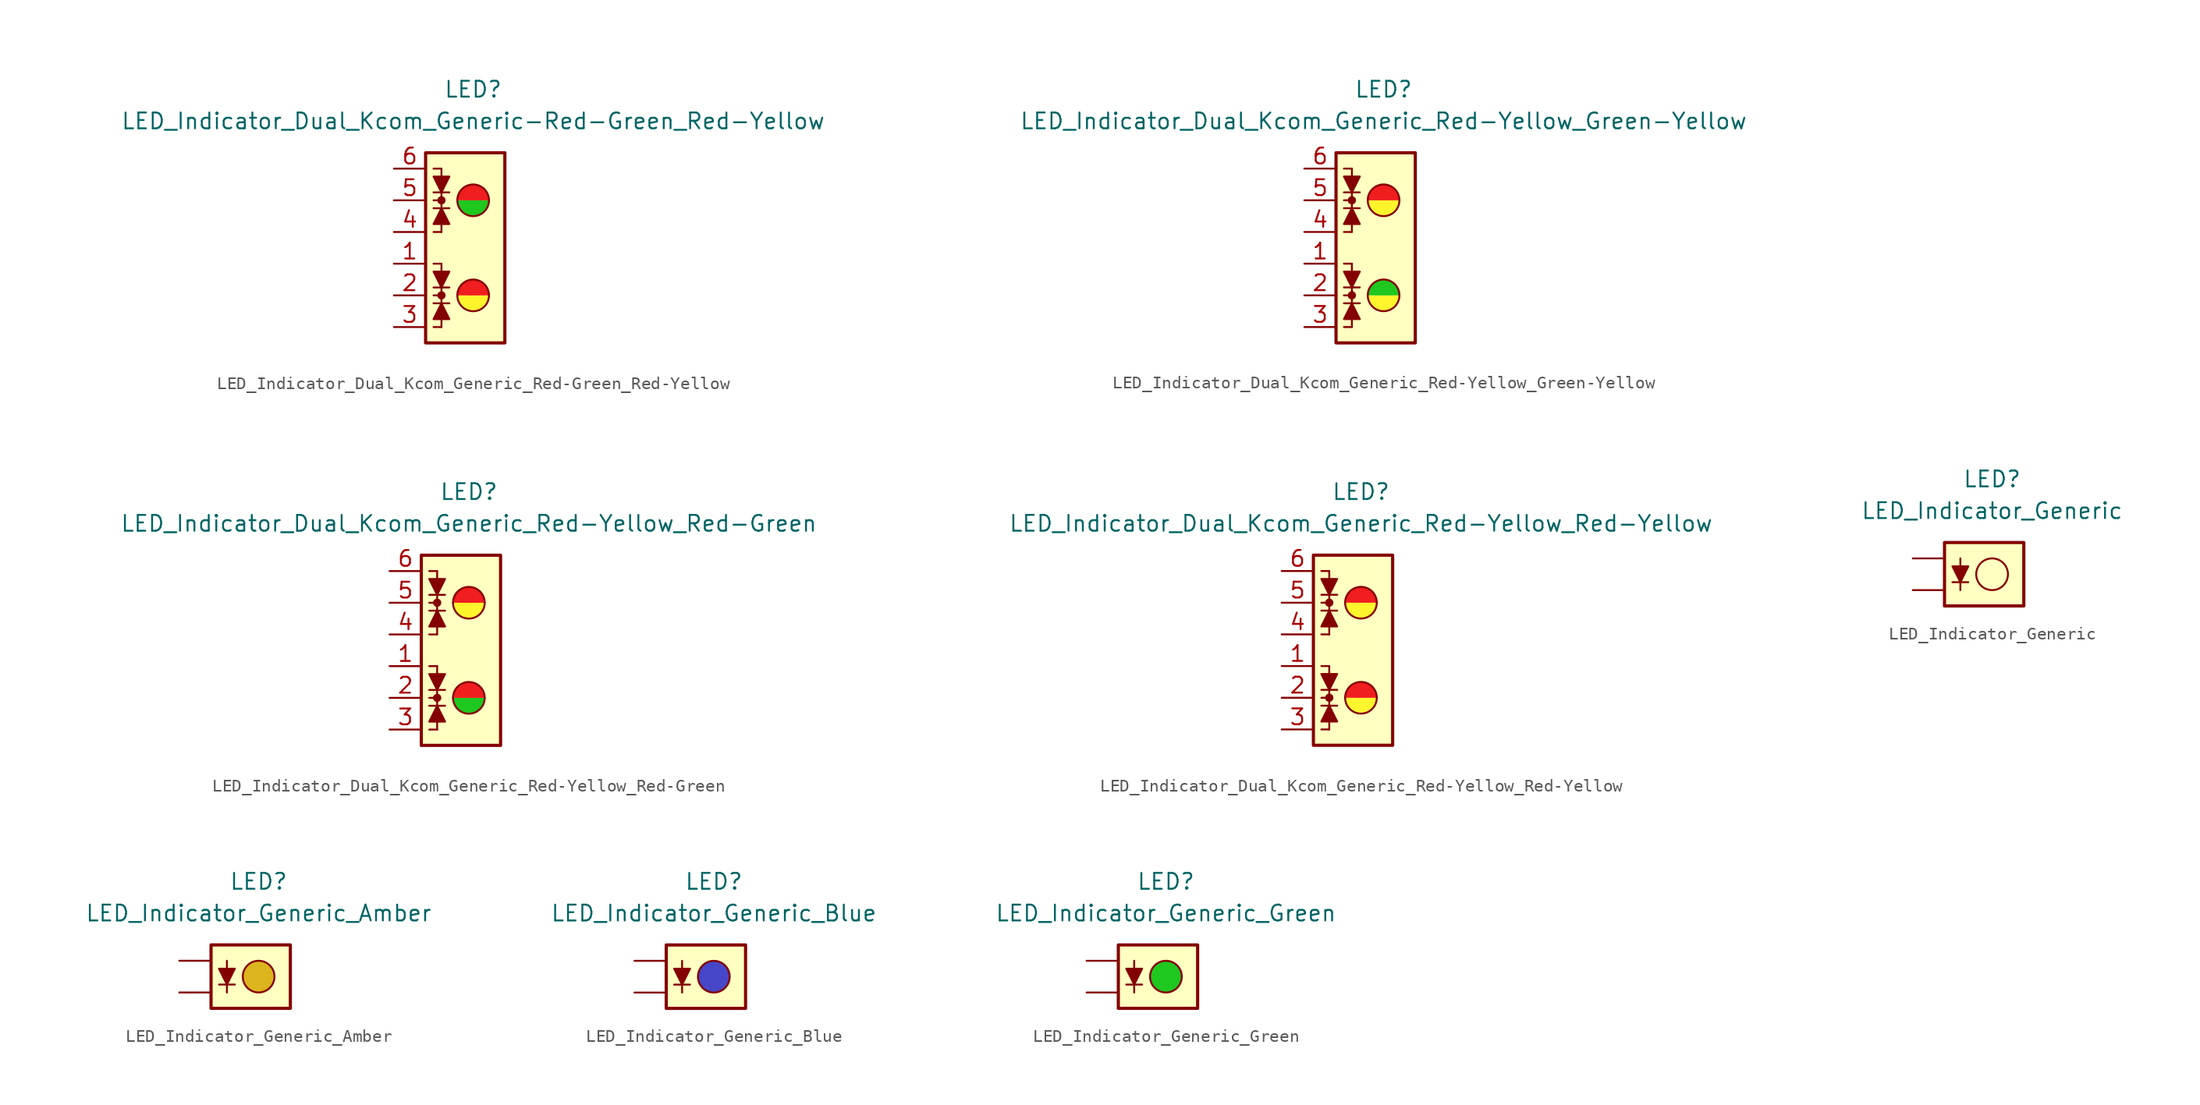
<source format=kicad_sym>
(kicad_symbol_lib
  (version 20231120)
  (generator "kicad_symbol_editor")
  (generator_version "8.0")
  (symbol "LED_Indicator_Dual_Kcom_Generic_Red-Green_Red-Yellow"
    (pin_names
      (offset 1.016) hide)
    (property "Reference" "LED"
      (at 0 12.7 0)
      (effects (font (size 1.27 1.27))))
    (property "Value" "LED_Indicator_Dual_Kcom_Generic-Red-Green_Red-Yellow"
      (at 0 10.16 0)
      (effects (font (size 1.27 1.27))))
    (symbol "LED_Indicator_Dual_Kcom_Generic_Red-Green_Red-Yellow_0_1"
      (rectangle (start -3.81 7.62) (end 2.54 -7.62) (stroke (width 0.254) (type default)) (fill (type background)))
      (circle (center -2.54 -3.81) (radius 0.254) (stroke (width 0) (type default)) (fill (type outline)))
      (circle (center -2.54 3.81) (radius 0.254) (stroke (width 0) (type default)) (fill (type outline)))
      (arc (start -1.27 -3.81) (mid 0 -5.0745) (end 1.27 -3.81) (stroke (width 0) (type default)) (fill (type color) (color 255 245 45 1)))
      (arc (start -1.27 3.81) (mid 0 2.5455) (end 1.27 3.81) (stroke (width 0) (type default)) (fill (type color) (color 30 200 30 1)))
      (polyline (pts (xy -3.175 -3.175) (xy -1.905 -3.175)) (stroke (width 0) (type default)) (fill (type none)))
      (polyline (pts (xy -3.175 4.445) (xy -1.905 4.445)) (stroke (width 0) (type default)) (fill (type none)))
      (polyline (pts (xy -2.54 -6.35) (xy -3.175 -6.35)) (stroke (width 0) (type default)) (fill (type none)))
      (polyline (pts (xy -2.54 -6.35) (xy -2.54 -3.81)) (stroke (width 0) (type default)) (fill (type none)))
      (polyline (pts (xy -2.54 -3.81) (xy -3.175 -3.81)) (stroke (width 0) (type default)) (fill (type none)))
      (polyline (pts (xy -2.54 -1.27) (xy -3.175 -1.27)) (stroke (width 0) (type default)) (fill (type none)))
      (polyline (pts (xy -2.54 -1.27) (xy -2.54 -3.81)) (stroke (width 0) (type default)) (fill (type none)))
      (polyline (pts (xy -2.54 1.27) (xy -3.175 1.27)) (stroke (width 0) (type default)) (fill (type none)))
      (polyline (pts (xy -2.54 1.27) (xy -2.54 3.81)) (stroke (width 0) (type default)) (fill (type none)))
      (polyline (pts (xy -2.54 3.81) (xy -3.175 3.81)) (stroke (width 0) (type default)) (fill (type none)))
      (polyline (pts (xy -2.54 6.35) (xy -3.175 6.35)) (stroke (width 0) (type default)) (fill (type none)))
      (polyline (pts (xy -2.54 6.35) (xy -2.54 3.81)) (stroke (width 0) (type default)) (fill (type none)))
      (polyline (pts (xy -1.905 -4.445) (xy -3.175 -4.445)) (stroke (width 0) (type default)) (fill (type none)))
      (polyline (pts (xy -1.905 3.175) (xy -3.175 3.175)) (stroke (width 0) (type default)) (fill (type none)))
      (polyline (pts (xy -2.54 -4.445) (xy -1.905 -5.715) (xy -3.175 -5.715) (xy -2.54 -4.445)) (stroke (width 0) (type default)) (fill (type outline)))
      (polyline (pts (xy -2.54 -3.175) (xy -3.175 -1.905) (xy -1.905 -1.905) (xy -2.54 -3.175)) (stroke (width 0) (type default)) (fill (type outline)))
      (polyline (pts (xy -2.54 3.175) (xy -1.905 1.905) (xy -3.175 1.905) (xy -2.54 3.175)) (stroke (width 0) (type default)) (fill (type outline)))
      (polyline (pts (xy -2.54 4.445) (xy -3.175 5.715) (xy -1.905 5.715) (xy -2.54 4.445)) (stroke (width 0) (type default)) (fill (type outline)))
      (arc (start 1.27 -3.81) (mid 0 -2.5455) (end -1.27 -3.81) (stroke (width 0) (type default)) (fill (type color) (color 240 30 30 1)))
      (arc (start 1.27 3.81) (mid 0 5.0745) (end -1.27 3.81) (stroke (width 0) (type default)) (fill (type color) (color 240 30 30 1))))
    (symbol "LED_Indicator_Dual_Kcom_Generic_Red-Green_Red-Yellow_1_1"
      (pin passive line (at -6.35 -1.27 0) (length 2.54) (name "K1" (effects (font (size 1.27 1.27)))) (number "1" (effects (font (size 1.27 1.27)))))
      (pin passive line (at -6.35 -3.81 0) (length 2.54) (name "A12" (effects (font (size 1.27 1.27)))) (number "2" (effects (font (size 1.27 1.27)))))
      (pin passive line (at -6.35 -6.35 0) (length 2.54) (name "K2" (effects (font (size 1.27 1.27)))) (number "3" (effects (font (size 1.27 1.27)))))
      (pin passive line (at -6.35 1.27 0) (length 2.54) (name "K4" (effects (font (size 1.27 1.27)))) (number "4" (effects (font (size 1.27 1.27)))))
      (pin passive line (at -6.35 3.81 0) (length 2.54) (name "A34" (effects (font (size 1.27 1.27)))) (number "5" (effects (font (size 1.27 1.27)))))
      (pin passive line (at -6.35 6.35 0) (length 2.54) (name "K3" (effects (font (size 1.27 1.27)))) (number "6" (effects (font (size 1.27 1.27)))))))
  (symbol "LED_Indicator_Dual_Kcom_Generic_Red-Yellow_Green-Yellow"
    (pin_names
      (offset 1.016) hide)
    (property "Reference" "LED"
      (at 0 12.7 0)
      (effects (font (size 1.27 1.27))))
    (property "Value" "LED_Indicator_Dual_Kcom_Generic_Red-Yellow_Green-Yellow"
      (at 0 10.16 0)
      (effects (font (size 1.27 1.27))))
    (symbol "LED_Indicator_Dual_Kcom_Generic_Red-Yellow_Green-Yellow_0_1"
      (rectangle (start -3.81 7.62) (end 2.54 -7.62) (stroke (width 0.254) (type default)) (fill (type background)))
      (circle (center -2.54 -3.81) (radius 0.254) (stroke (width 0) (type default)) (fill (type outline)))
      (circle (center -2.54 3.81) (radius 0.254) (stroke (width 0) (type default)) (fill (type outline)))
      (arc (start -1.27 -3.81) (mid 0 -5.0745) (end 1.27 -3.81) (stroke (width 0) (type default)) (fill (type color) (color 255 245 45 1)))
      (arc (start -1.27 3.81) (mid 0 2.5455) (end 1.27 3.81) (stroke (width 0) (type default)) (fill (type color) (color 255 245 45 1)))
      (polyline (pts (xy -3.175 -3.175) (xy -1.905 -3.175)) (stroke (width 0) (type default)) (fill (type none)))
      (polyline (pts (xy -3.175 4.445) (xy -1.905 4.445)) (stroke (width 0) (type default)) (fill (type none)))
      (polyline (pts (xy -2.54 -6.35) (xy -3.175 -6.35)) (stroke (width 0) (type default)) (fill (type none)))
      (polyline (pts (xy -2.54 -6.35) (xy -2.54 -3.81)) (stroke (width 0) (type default)) (fill (type none)))
      (polyline (pts (xy -2.54 -3.81) (xy -3.175 -3.81)) (stroke (width 0) (type default)) (fill (type none)))
      (polyline (pts (xy -2.54 -1.27) (xy -3.175 -1.27)) (stroke (width 0) (type default)) (fill (type none)))
      (polyline (pts (xy -2.54 -1.27) (xy -2.54 -3.81)) (stroke (width 0) (type default)) (fill (type none)))
      (polyline (pts (xy -2.54 1.27) (xy -3.175 1.27)) (stroke (width 0) (type default)) (fill (type none)))
      (polyline (pts (xy -2.54 1.27) (xy -2.54 3.81)) (stroke (width 0) (type default)) (fill (type none)))
      (polyline (pts (xy -2.54 3.81) (xy -3.175 3.81)) (stroke (width 0) (type default)) (fill (type none)))
      (polyline (pts (xy -2.54 6.35) (xy -3.175 6.35)) (stroke (width 0) (type default)) (fill (type none)))
      (polyline (pts (xy -2.54 6.35) (xy -2.54 3.81)) (stroke (width 0) (type default)) (fill (type none)))
      (polyline (pts (xy -1.905 -4.445) (xy -3.175 -4.445)) (stroke (width 0) (type default)) (fill (type none)))
      (polyline (pts (xy -1.905 3.175) (xy -3.175 3.175)) (stroke (width 0) (type default)) (fill (type none)))
      (polyline (pts (xy -2.54 -4.445) (xy -1.905 -5.715) (xy -3.175 -5.715) (xy -2.54 -4.445)) (stroke (width 0) (type default)) (fill (type outline)))
      (polyline (pts (xy -2.54 -3.175) (xy -3.175 -1.905) (xy -1.905 -1.905) (xy -2.54 -3.175)) (stroke (width 0) (type default)) (fill (type outline)))
      (polyline (pts (xy -2.54 3.175) (xy -1.905 1.905) (xy -3.175 1.905) (xy -2.54 3.175)) (stroke (width 0) (type default)) (fill (type outline)))
      (polyline (pts (xy -2.54 4.445) (xy -3.175 5.715) (xy -1.905 5.715) (xy -2.54 4.445)) (stroke (width 0) (type default)) (fill (type outline)))
      (arc (start 1.27 -3.81) (mid 0 -2.5455) (end -1.27 -3.81) (stroke (width 0) (type default)) (fill (type color) (color 30 200 30 1)))
      (arc (start 1.27 3.81) (mid 0 5.0745) (end -1.27 3.81) (stroke (width 0) (type default)) (fill (type color) (color 240 30 30 1))))
    (symbol "LED_Indicator_Dual_Kcom_Generic_Red-Yellow_Green-Yellow_1_1"
      (pin passive line (at -6.35 -1.27 0) (length 2.54) (name "K1" (effects (font (size 1.27 1.27)))) (number "1" (effects (font (size 1.27 1.27)))))
      (pin passive line (at -6.35 -3.81 0) (length 2.54) (name "A12" (effects (font (size 1.27 1.27)))) (number "2" (effects (font (size 1.27 1.27)))))
      (pin passive line (at -6.35 -6.35 0) (length 2.54) (name "K2" (effects (font (size 1.27 1.27)))) (number "3" (effects (font (size 1.27 1.27)))))
      (pin passive line (at -6.35 1.27 0) (length 2.54) (name "K4" (effects (font (size 1.27 1.27)))) (number "4" (effects (font (size 1.27 1.27)))))
      (pin passive line (at -6.35 3.81 0) (length 2.54) (name "A34" (effects (font (size 1.27 1.27)))) (number "5" (effects (font (size 1.27 1.27)))))
      (pin passive line (at -6.35 6.35 0) (length 2.54) (name "K3" (effects (font (size 1.27 1.27)))) (number "6" (effects (font (size 1.27 1.27)))))))
  (symbol "LED_Indicator_Dual_Kcom_Generic_Red-Yellow_Red-Green"
    (pin_names
      (offset 1.016) hide)
    (property "Reference" "LED"
      (at 0 12.7 0)
      (effects (font (size 1.27 1.27))))
    (property "Value" "LED_Indicator_Dual_Kcom_Generic_Red-Yellow_Red-Green"
      (at 0 10.16 0)
      (effects (font (size 1.27 1.27))))
    (symbol "LED_Indicator_Dual_Kcom_Generic_Red-Yellow_Red-Green_0_1"
      (rectangle (start -3.81 7.62) (end 2.54 -7.62) (stroke (width 0.254) (type default)) (fill (type background)))
      (circle (center -2.54 -3.81) (radius 0.254) (stroke (width 0) (type default)) (fill (type outline)))
      (circle (center -2.54 3.81) (radius 0.254) (stroke (width 0) (type default)) (fill (type outline)))
      (arc (start -1.27 -3.81) (mid 0 -5.0745) (end 1.27 -3.81) (stroke (width 0) (type default)) (fill (type color) (color 30 200 30 1)))
      (arc (start -1.27 3.81) (mid 0 2.5455) (end 1.27 3.81) (stroke (width 0) (type default)) (fill (type color) (color 255 245 45 1)))
      (polyline (pts (xy -3.175 -3.175) (xy -1.905 -3.175)) (stroke (width 0) (type default)) (fill (type none)))
      (polyline (pts (xy -3.175 4.445) (xy -1.905 4.445)) (stroke (width 0) (type default)) (fill (type none)))
      (polyline (pts (xy -2.54 -6.35) (xy -3.175 -6.35)) (stroke (width 0) (type default)) (fill (type none)))
      (polyline (pts (xy -2.54 -6.35) (xy -2.54 -3.81)) (stroke (width 0) (type default)) (fill (type none)))
      (polyline (pts (xy -2.54 -3.81) (xy -3.175 -3.81)) (stroke (width 0) (type default)) (fill (type none)))
      (polyline (pts (xy -2.54 -1.27) (xy -3.175 -1.27)) (stroke (width 0) (type default)) (fill (type none)))
      (polyline (pts (xy -2.54 -1.27) (xy -2.54 -3.81)) (stroke (width 0) (type default)) (fill (type none)))
      (polyline (pts (xy -2.54 1.27) (xy -3.175 1.27)) (stroke (width 0) (type default)) (fill (type none)))
      (polyline (pts (xy -2.54 1.27) (xy -2.54 3.81)) (stroke (width 0) (type default)) (fill (type none)))
      (polyline (pts (xy -2.54 3.81) (xy -3.175 3.81)) (stroke (width 0) (type default)) (fill (type none)))
      (polyline (pts (xy -2.54 6.35) (xy -3.175 6.35)) (stroke (width 0) (type default)) (fill (type none)))
      (polyline (pts (xy -2.54 6.35) (xy -2.54 3.81)) (stroke (width 0) (type default)) (fill (type none)))
      (polyline (pts (xy -1.905 -4.445) (xy -3.175 -4.445)) (stroke (width 0) (type default)) (fill (type none)))
      (polyline (pts (xy -1.905 3.175) (xy -3.175 3.175)) (stroke (width 0) (type default)) (fill (type none)))
      (polyline (pts (xy -2.54 -4.445) (xy -1.905 -5.715) (xy -3.175 -5.715) (xy -2.54 -4.445)) (stroke (width 0) (type default)) (fill (type outline)))
      (polyline (pts (xy -2.54 -3.175) (xy -3.175 -1.905) (xy -1.905 -1.905) (xy -2.54 -3.175)) (stroke (width 0) (type default)) (fill (type outline)))
      (polyline (pts (xy -2.54 3.175) (xy -1.905 1.905) (xy -3.175 1.905) (xy -2.54 3.175)) (stroke (width 0) (type default)) (fill (type outline)))
      (polyline (pts (xy -2.54 4.445) (xy -3.175 5.715) (xy -1.905 5.715) (xy -2.54 4.445)) (stroke (width 0) (type default)) (fill (type outline)))
      (arc (start 1.27 -3.81) (mid 0 -2.5455) (end -1.27 -3.81) (stroke (width 0) (type default)) (fill (type color) (color 240 30 30 1)))
      (arc (start 1.27 3.81) (mid 0 5.0745) (end -1.27 3.81) (stroke (width 0) (type default)) (fill (type color) (color 240 30 30 1))))
    (symbol "LED_Indicator_Dual_Kcom_Generic_Red-Yellow_Red-Green_1_1"
      (pin passive line (at -6.35 -1.27 0) (length 2.54) (name "K1" (effects (font (size 1.27 1.27)))) (number "1" (effects (font (size 1.27 1.27)))))
      (pin passive line (at -6.35 -3.81 0) (length 2.54) (name "A12" (effects (font (size 1.27 1.27)))) (number "2" (effects (font (size 1.27 1.27)))))
      (pin passive line (at -6.35 -6.35 0) (length 2.54) (name "K2" (effects (font (size 1.27 1.27)))) (number "3" (effects (font (size 1.27 1.27)))))
      (pin passive line (at -6.35 1.27 0) (length 2.54) (name "K4" (effects (font (size 1.27 1.27)))) (number "4" (effects (font (size 1.27 1.27)))))
      (pin passive line (at -6.35 3.81 0) (length 2.54) (name "A34" (effects (font (size 1.27 1.27)))) (number "5" (effects (font (size 1.27 1.27)))))
      (pin passive line (at -6.35 6.35 0) (length 2.54) (name "K3" (effects (font (size 1.27 1.27)))) (number "6" (effects (font (size 1.27 1.27)))))))
  (symbol "LED_Indicator_Dual_Kcom_Generic_Red-Yellow_Red-Yellow"
    (pin_names
      (offset 1.016) hide)
    (property "Reference" "LED"
      (at 0 12.7 0)
      (effects (font (size 1.27 1.27))))
    (property "Value" "LED_Indicator_Dual_Kcom_Generic_Red-Yellow_Red-Yellow"
      (at 0 10.16 0)
      (effects (font (size 1.27 1.27))))
    (symbol "LED_Indicator_Dual_Kcom_Generic_Red-Yellow_Red-Yellow_0_1"
      (rectangle (start -3.81 7.62) (end 2.54 -7.62) (stroke (width 0.254) (type default)) (fill (type background)))
      (circle (center -2.54 -3.81) (radius 0.254) (stroke (width 0) (type default)) (fill (type outline)))
      (circle (center -2.54 3.81) (radius 0.254) (stroke (width 0) (type default)) (fill (type outline)))
      (arc (start -1.27 -3.81) (mid 0 -5.0745) (end 1.27 -3.81) (stroke (width 0) (type default)) (fill (type color) (color 255 245 45 1)))
      (arc (start -1.27 3.81) (mid 0 2.5455) (end 1.27 3.81) (stroke (width 0) (type default)) (fill (type color) (color 255 245 45 1)))
      (polyline (pts (xy -3.175 -3.175) (xy -1.905 -3.175)) (stroke (width 0) (type default)) (fill (type none)))
      (polyline (pts (xy -3.175 4.445) (xy -1.905 4.445)) (stroke (width 0) (type default)) (fill (type none)))
      (polyline (pts (xy -2.54 -6.35) (xy -3.175 -6.35)) (stroke (width 0) (type default)) (fill (type none)))
      (polyline (pts (xy -2.54 -6.35) (xy -2.54 -3.81)) (stroke (width 0) (type default)) (fill (type none)))
      (polyline (pts (xy -2.54 -3.81) (xy -3.175 -3.81)) (stroke (width 0) (type default)) (fill (type none)))
      (polyline (pts (xy -2.54 -1.27) (xy -3.175 -1.27)) (stroke (width 0) (type default)) (fill (type none)))
      (polyline (pts (xy -2.54 -1.27) (xy -2.54 -3.81)) (stroke (width 0) (type default)) (fill (type none)))
      (polyline (pts (xy -2.54 1.27) (xy -3.175 1.27)) (stroke (width 0) (type default)) (fill (type none)))
      (polyline (pts (xy -2.54 1.27) (xy -2.54 3.81)) (stroke (width 0) (type default)) (fill (type none)))
      (polyline (pts (xy -2.54 3.81) (xy -3.175 3.81)) (stroke (width 0) (type default)) (fill (type none)))
      (polyline (pts (xy -2.54 6.35) (xy -3.175 6.35)) (stroke (width 0) (type default)) (fill (type none)))
      (polyline (pts (xy -2.54 6.35) (xy -2.54 3.81)) (stroke (width 0) (type default)) (fill (type none)))
      (polyline (pts (xy -1.905 -4.445) (xy -3.175 -4.445)) (stroke (width 0) (type default)) (fill (type none)))
      (polyline (pts (xy -1.905 3.175) (xy -3.175 3.175)) (stroke (width 0) (type default)) (fill (type none)))
      (polyline (pts (xy -2.54 -4.445) (xy -1.905 -5.715) (xy -3.175 -5.715) (xy -2.54 -4.445)) (stroke (width 0) (type default)) (fill (type outline)))
      (polyline (pts (xy -2.54 -3.175) (xy -3.175 -1.905) (xy -1.905 -1.905) (xy -2.54 -3.175)) (stroke (width 0) (type default)) (fill (type outline)))
      (polyline (pts (xy -2.54 3.175) (xy -1.905 1.905) (xy -3.175 1.905) (xy -2.54 3.175)) (stroke (width 0) (type default)) (fill (type outline)))
      (polyline (pts (xy -2.54 4.445) (xy -3.175 5.715) (xy -1.905 5.715) (xy -2.54 4.445)) (stroke (width 0) (type default)) (fill (type outline)))
      (arc (start 1.27 -3.81) (mid 0 -2.5455) (end -1.27 -3.81) (stroke (width 0) (type default)) (fill (type color) (color 240 30 30 1)))
      (arc (start 1.27 3.81) (mid 0 5.0745) (end -1.27 3.81) (stroke (width 0) (type default)) (fill (type color) (color 240 30 30 1))))
    (symbol "LED_Indicator_Dual_Kcom_Generic_Red-Yellow_Red-Yellow_1_1"
      (pin passive line (at -6.35 -1.27 0) (length 2.54) (name "K1" (effects (font (size 1.27 1.27)))) (number "1" (effects (font (size 1.27 1.27)))))
      (pin passive line (at -6.35 -3.81 0) (length 2.54) (name "A12" (effects (font (size 1.27 1.27)))) (number "2" (effects (font (size 1.27 1.27)))))
      (pin passive line (at -6.35 -6.35 0) (length 2.54) (name "K2" (effects (font (size 1.27 1.27)))) (number "3" (effects (font (size 1.27 1.27)))))
      (pin passive line (at -6.35 1.27 0) (length 2.54) (name "K4" (effects (font (size 1.27 1.27)))) (number "4" (effects (font (size 1.27 1.27)))))
      (pin passive line (at -6.35 3.81 0) (length 2.54) (name "A34" (effects (font (size 1.27 1.27)))) (number "5" (effects (font (size 1.27 1.27)))))
      (pin passive line (at -6.35 6.35 0) (length 2.54) (name "K3" (effects (font (size 1.27 1.27)))) (number "6" (effects (font (size 1.27 1.27)))))))
  (symbol "LED_Indicator_Generic"
    (pin_numbers hide)
    (pin_names
      (offset 1.016) hide)
    (property "Reference" "LED"
      (at 0 7.62 0)
      (effects (font (size 1.27 1.27))))
    (property "Value" "LED_Indicator_Generic"
      (at 0 5.08 0)
      (effects (font (size 1.27 1.27))))
    (symbol "LED_Indicator_Generic_0_1"
      (rectangle (start -3.81 2.54) (end 2.54 -2.54) (stroke (width 0.254) (type default)) (fill (type background)))
      (polyline (pts (xy -3.175 -0.635) (xy -1.905 -0.635)) (stroke (width 0) (type default)) (fill (type none)))
      (polyline (pts (xy -2.54 1.27) (xy -2.54 -1.27)) (stroke (width 0) (type default)) (fill (type none)))
      (polyline (pts (xy -2.54 -0.635) (xy -3.175 0.635) (xy -1.905 0.635) (xy -2.54 -0.635)) (stroke (width 0) (type default)) (fill (type outline)))
      (circle (center 0 0) (radius 1.27) (stroke (width 0) (type default)) (fill (type none))))
    (symbol "LED_Indicator_Generic_1_1"
      (pin passive line (at -6.35 -1.27 0) (length 2.54) (name "K" (effects (font (size 1.27 1.27)))) (number "1" (effects (font (size 1.27 1.27)))))
      (pin passive line (at -6.35 1.27 0) (length 2.54) (name "A" (effects (font (size 1.27 1.27)))) (number "2" (effects (font (size 1.27 1.27)))))))
  (symbol "LED_Indicator_Generic_Amber"
    (pin_numbers hide)
    (pin_names
      (offset 1.016) hide)
    (property "Reference" "LED"
      (at 0 7.62 0)
      (effects (font (size 1.27 1.27))))
    (property "Value" "LED_Indicator_Generic_Amber"
      (at 0 5.08 0)
      (effects (font (size 1.27 1.27))))
    (symbol "LED_Indicator_Generic_Amber_0_1"
      (rectangle (start -3.81 2.54) (end 2.54 -2.54) (stroke (width 0.254) (type default)) (fill (type background)))
      (polyline (pts (xy -3.175 -0.635) (xy -1.905 -0.635)) (stroke (width 0) (type default)) (fill (type none)))
      (polyline (pts (xy -2.54 1.27) (xy -2.54 -1.27)) (stroke (width 0) (type default)) (fill (type none)))
      (polyline (pts (xy -2.54 -0.635) (xy -3.175 0.635) (xy -1.905 0.635) (xy -2.54 -0.635)) (stroke (width 0) (type default)) (fill (type outline)))
      (circle (center 0 0) (radius 1.27) (stroke (width 0) (type default)) (fill (type color) (color 220 180 30 1))))
    (symbol "LED_Indicator_Generic_Amber_1_1"
      (pin passive line (at -6.35 -1.27 0) (length 2.54) (name "K" (effects (font (size 1.27 1.27)))) (number "1" (effects (font (size 1.27 1.27)))))
      (pin passive line (at -6.35 1.27 0) (length 2.54) (name "A" (effects (font (size 1.27 1.27)))) (number "2" (effects (font (size 1.27 1.27)))))))
  (symbol "LED_Indicator_Generic_Blue"
    (pin_numbers hide)
    (pin_names
      (offset 1.016) hide)
    (property "Reference" "LED"
      (at 0 7.62 0)
      (effects (font (size 1.27 1.27))))
    (property "Value" "LED_Indicator_Generic_Blue"
      (at 0 5.08 0)
      (effects (font (size 1.27 1.27))))
    (symbol "LED_Indicator_Generic_Blue_0_1"
      (rectangle (start -3.81 2.54) (end 2.54 -2.54) (stroke (width 0.254) (type default)) (fill (type background)))
      (polyline (pts (xy -3.175 -0.635) (xy -1.905 -0.635)) (stroke (width 0) (type default)) (fill (type none)))
      (polyline (pts (xy -2.54 1.27) (xy -2.54 -1.27)) (stroke (width 0) (type default)) (fill (type none)))
      (polyline (pts (xy -2.54 -0.635) (xy -3.175 0.635) (xy -1.905 0.635) (xy -2.54 -0.635)) (stroke (width 0) (type default)) (fill (type outline)))
      (circle (center 0 0) (radius 1.27) (stroke (width 0) (type default)) (fill (type color) (color 70 70 200 1))))
    (symbol "LED_Indicator_Generic_Blue_1_1"
      (pin passive line (at -6.35 -1.27 0) (length 2.54) (name "K" (effects (font (size 1.27 1.27)))) (number "1" (effects (font (size 1.27 1.27)))))
      (pin passive line (at -6.35 1.27 0) (length 2.54) (name "A" (effects (font (size 1.27 1.27)))) (number "2" (effects (font (size 1.27 1.27)))))))
  (symbol "LED_Indicator_Generic_Green"
    (pin_numbers hide)
    (pin_names
      (offset 1.016) hide)
    (property "Reference" "LED"
      (at 0 7.62 0)
      (effects (font (size 1.27 1.27))))
    (property "Value" "LED_Indicator_Generic_Green"
      (at 0 5.08 0)
      (effects (font (size 1.27 1.27))))
    (symbol "LED_Indicator_Generic_Green_0_1"
      (rectangle (start -3.81 2.54) (end 2.54 -2.54) (stroke (width 0.254) (type default)) (fill (type background)))
      (polyline (pts (xy -3.175 -0.635) (xy -1.905 -0.635)) (stroke (width 0) (type default)) (fill (type none)))
      (polyline (pts (xy -2.54 1.27) (xy -2.54 -1.27)) (stroke (width 0) (type default)) (fill (type none)))
      (polyline (pts (xy -2.54 -0.635) (xy -3.175 0.635) (xy -1.905 0.635) (xy -2.54 -0.635)) (stroke (width 0) (type default)) (fill (type outline)))
      (circle (center 0 0) (radius 1.27) (stroke (width 0) (type default)) (fill (type color) (color 30 200 30 1))))
    (symbol "LED_Indicator_Generic_Green_1_1"
      (pin passive line (at -6.35 -1.27 0) (length 2.54) (name "K" (effects (font (size 1.27 1.27)))) (number "1" (effects (font (size 1.27 1.27)))))
      (pin passive line (at -6.35 1.27 0) (length 2.54) (name "A" (effects (font (size 1.27 1.27)))) (number "2" (effects (font (size 1.27 1.27))))))))
</source>
